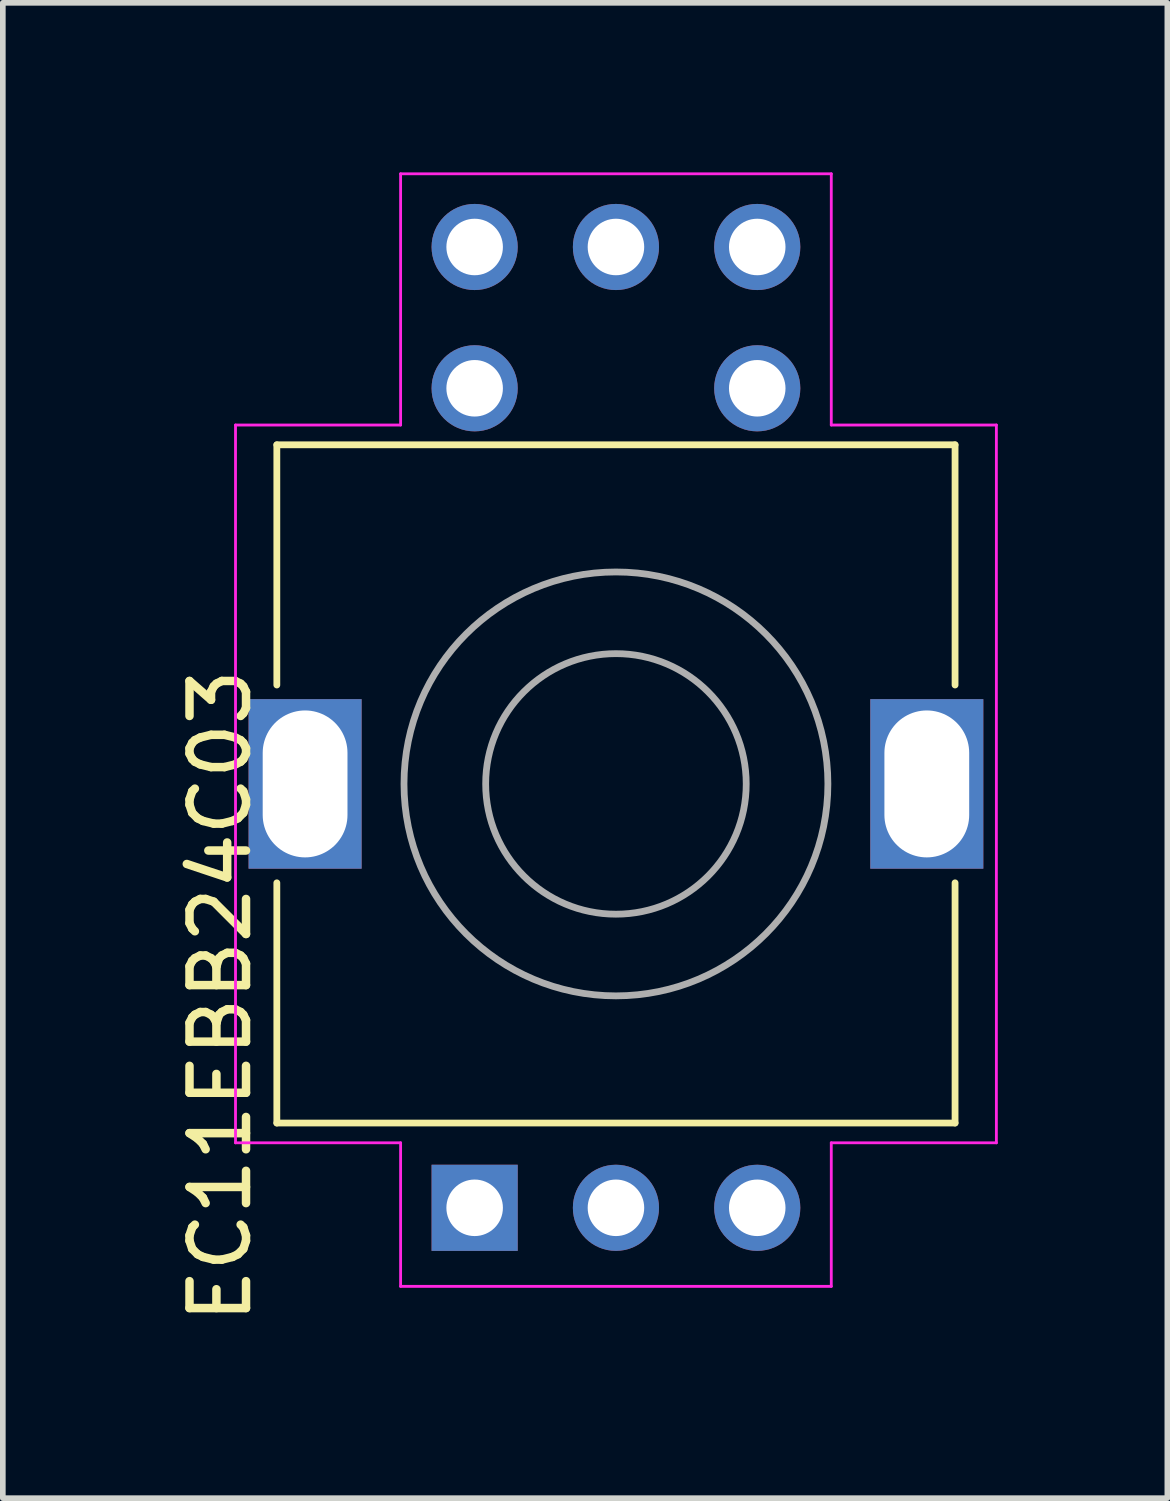
<source format=kicad_pcb>
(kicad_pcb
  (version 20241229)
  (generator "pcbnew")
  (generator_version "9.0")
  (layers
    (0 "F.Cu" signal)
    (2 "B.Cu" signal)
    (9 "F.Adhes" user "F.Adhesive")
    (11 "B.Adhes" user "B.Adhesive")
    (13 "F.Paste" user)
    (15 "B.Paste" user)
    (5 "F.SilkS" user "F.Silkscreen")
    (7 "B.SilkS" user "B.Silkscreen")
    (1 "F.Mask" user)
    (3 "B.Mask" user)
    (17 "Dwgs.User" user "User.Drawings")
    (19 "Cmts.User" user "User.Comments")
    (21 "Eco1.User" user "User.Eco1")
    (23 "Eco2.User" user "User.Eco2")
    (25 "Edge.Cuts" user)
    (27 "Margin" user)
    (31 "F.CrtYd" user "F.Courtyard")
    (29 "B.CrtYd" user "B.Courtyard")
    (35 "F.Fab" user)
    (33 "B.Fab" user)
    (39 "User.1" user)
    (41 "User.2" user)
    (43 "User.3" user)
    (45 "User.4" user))
  (footprint "EC11EBB24C03"
    (layer "F.Cu")
    (at 7.848 10.82)
    (property "Reference" "EC11EBB24C03" (at -7 3.75 90) (layer "F.SilkS") (effects (font (size 1 1) (thickness 0.15))))
    (attr through_hole)
    (fp_line (start -6 -6) (end -6 -1.75) (stroke (width 0.12) (type solid)) (layer "F.SilkS"))
    (fp_line (start -6 -6) (end 6 -6) (stroke (width 0.12) (type solid)) (layer "F.SilkS"))
    (fp_line (start -6 6) (end -6 1.75) (stroke (width 0.12) (type solid)) (layer "F.SilkS"))
    (fp_line (start -6 6) (end 6 6) (stroke (width 0.12) (type solid)) (layer "F.SilkS"))
    (fp_line (start 6 -6) (end 6 -1.75) (stroke (width 0.12) (type solid)) (layer "F.SilkS"))
    (fp_line (start 6 6) (end 6 1.75) (stroke (width 0.12) (type solid)) (layer "F.SilkS"))
    (fp_line (start -6.731 -6.35) (end -6.731 6.35) (stroke (width 0.05) (type solid)) (layer "F.CrtYd"))
    (fp_line (start -3.81 -10.795) (end -3.81 -6.35) (stroke (width 0.05) (type solid)) (layer "F.CrtYd"))
    (fp_line (start -3.81 -10.795) (end 3.81 -10.795) (stroke (width 0.05) (type solid)) (layer "F.CrtYd"))
    (fp_line (start -3.81 -6.35) (end -6.731 -6.35) (stroke (width 0.05) (type solid)) (layer "F.CrtYd"))
    (fp_line (start -3.81 6.35) (end -6.731 6.35) (stroke (width 0.05) (type solid)) (layer "F.CrtYd"))
    (fp_line (start -3.81 8.89) (end -3.81 6.35) (stroke (width 0.05) (type solid)) (layer "F.CrtYd"))
    (fp_line (start -3.81 8.89) (end 3.81 8.89) (stroke (width 0.05) (type solid)) (layer "F.CrtYd"))
    (fp_line (start 3.81 -10.795) (end 3.81 -6.35) (stroke (width 0.05) (type solid)) (layer "F.CrtYd"))
    (fp_line (start 3.81 -6.35) (end 6.731 -6.35) (stroke (width 0.05) (type solid)) (layer "F.CrtYd"))
    (fp_line (start 3.81 6.35) (end 6.731 6.35) (stroke (width 0.05) (type solid)) (layer "F.CrtYd"))
    (fp_line (start 3.81 8.89) (end 3.81 6.35) (stroke (width 0.05) (type solid)) (layer "F.CrtYd"))
    (fp_line (start 6.731 6.35) (end 6.731 -6.35) (stroke (width 0.05) (type solid)) (layer "F.CrtYd"))
    (fp_circle (center 0 0) (end 1.5 1.75) (stroke (width 0.12) (type solid)) (fill no) (layer "F.Fab"))
    (fp_circle (center 0 0) (end 2.25 3) (stroke (width 0.12) (type solid)) (fill no) (layer "F.Fab"))
    (pad "1" thru_hole rect (at -2.5 7.5) (size 1.524 1.524) (drill 1) (layers "*.Cu" "*.Mask"))
    (pad "2" thru_hole circle (at 2.5 7.5) (size 1.524 1.524) (drill 1) (layers "*.Cu" "*.Mask"))
    (pad "3" thru_hole circle (at 0 7.5) (size 1.524 1.524) (drill 1) (layers "*.Cu" "*.Mask"))
    (pad "4" thru_hole circle (at -2.5 -7) (size 1.524 1.524) (drill 1) (layers "*.Cu" "*.Mask"))
    (pad "5" thru_hole circle (at 2.5 -7) (size 1.524 1.524) (drill 1) (layers "*.Cu" "*.Mask"))
    (pad "6" thru_hole circle (at -2.5 -9.5) (size 1.524 1.524) (drill 1) (layers "*.Cu" "*.Mask"))
    (pad "7" thru_hole circle (at 2.5 -9.5) (size 1.524 1.524) (drill 1) (layers "*.Cu" "*.Mask"))
    (pad "8" thru_hole circle (at 0 -9.5) (size 1.524 1.524) (drill 1) (layers "*.Cu" "*.Mask"))
    (pad "MP" thru_hole rect (at -5.5 0) (size 2 3) (drill oval 1.5 2.6) (layers "*.Cu" "*.Mask"))
    (pad "MP" thru_hole rect (at 5.5 0) (size 2 3) (drill oval 1.5 2.6) (layers "*.Cu" "*.Mask")))
  (gr_rect
    (start -3 -3)
    (end 17.604 23.457)
    (stroke (width 0.1) (type default))
    (fill no)
    (layer "Edge.Cuts")))
</source>
